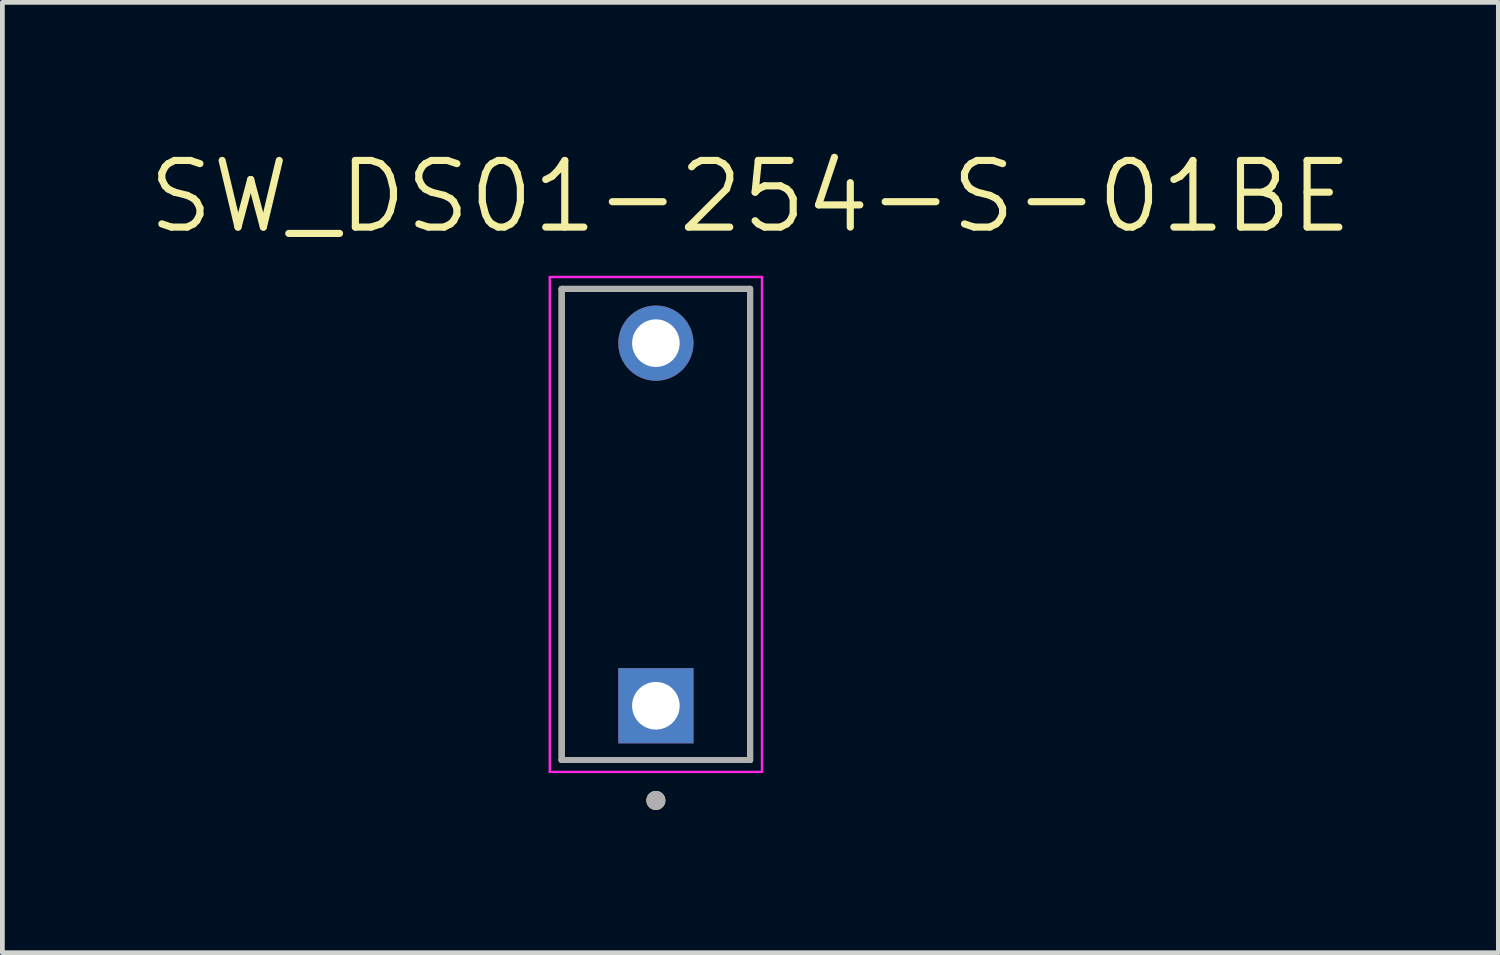
<source format=kicad_pcb>
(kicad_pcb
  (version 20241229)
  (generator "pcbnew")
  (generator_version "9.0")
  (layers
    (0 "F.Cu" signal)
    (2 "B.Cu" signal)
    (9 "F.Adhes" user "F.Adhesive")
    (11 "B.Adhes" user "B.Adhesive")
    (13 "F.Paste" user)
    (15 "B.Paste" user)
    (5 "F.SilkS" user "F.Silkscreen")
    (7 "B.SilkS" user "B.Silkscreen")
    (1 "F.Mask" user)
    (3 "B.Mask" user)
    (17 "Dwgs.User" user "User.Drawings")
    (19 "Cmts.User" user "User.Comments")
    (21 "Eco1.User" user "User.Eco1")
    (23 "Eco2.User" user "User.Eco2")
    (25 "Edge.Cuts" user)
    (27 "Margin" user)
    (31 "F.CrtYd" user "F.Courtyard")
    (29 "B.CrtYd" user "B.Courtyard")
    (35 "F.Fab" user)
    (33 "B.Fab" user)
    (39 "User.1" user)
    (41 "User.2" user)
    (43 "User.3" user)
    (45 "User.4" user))
  (footprint "SW_DS01-254-S-01BE"
    (layer "F.Cu")
    (at 10.733 7.971)
    (property "Reference" "SW_DS01-254-S-01BE" (at 1.985 -6.889 0) (layer "F.SilkS") (effects (font (size 1.4 1.4) (thickness 0.15))))
    (attr through_hole)
    (fp_line (start -1.98 -4.95) (end 1.98 -4.95) (stroke (width 0.127) (type solid)) (layer "F.SilkS"))
    (fp_line (start -1.98 4.95) (end -1.98 -4.95) (stroke (width 0.127) (type solid)) (layer "F.SilkS"))
    (fp_line (start 1.98 -4.95) (end 1.98 4.95) (stroke (width 0.127) (type solid)) (layer "F.SilkS"))
    (fp_line (start 1.98 4.95) (end -1.98 4.95) (stroke (width 0.127) (type solid)) (layer "F.SilkS"))
    (fp_circle (center 0 5.8) (end 0.1 5.8) (stroke (width 0.2) (type solid)) (fill no) (layer "F.SilkS"))
    (fp_line (start -2.23 -5.2) (end -2.23 5.2) (stroke (width 0.05) (type solid)) (layer "F.CrtYd"))
    (fp_line (start -2.23 5.2) (end 2.23 5.2) (stroke (width 0.05) (type solid)) (layer "F.CrtYd"))
    (fp_line (start 2.23 -5.2) (end -2.23 -5.2) (stroke (width 0.05) (type solid)) (layer "F.CrtYd"))
    (fp_line (start 2.23 5.2) (end 2.23 -5.2) (stroke (width 0.05) (type solid)) (layer "F.CrtYd"))
    (fp_line (start -1.98 -4.95) (end 1.98 -4.95) (stroke (width 0.127) (type solid)) (layer "F.Fab"))
    (fp_line (start -1.98 4.95) (end -1.98 -4.95) (stroke (width 0.127) (type solid)) (layer "F.Fab"))
    (fp_line (start 1.98 -4.95) (end 1.98 4.95) (stroke (width 0.127) (type solid)) (layer "F.Fab"))
    (fp_line (start 1.98 4.95) (end -1.98 4.95) (stroke (width 0.127) (type solid)) (layer "F.Fab"))
    (fp_circle (center 0 5.8) (end 0.1 5.8) (stroke (width 0.2) (type solid)) (fill no) (layer "F.Fab"))
    (pad "1A" thru_hole rect (at 0 3.81) (size 1.58 1.58) (drill 1) (layers "*.Cu" "*.Mask"))
    (pad "1B" thru_hole circle (at 0 -3.81) (size 1.58 1.58) (drill 1) (layers "*.Cu" "*.Mask")))
  (gr_rect
    (start -3 -3)
    (end 28.437 16.971)
    (stroke (width 0.1) (type default))
    (fill no)
    (layer "Edge.Cuts")))
</source>
